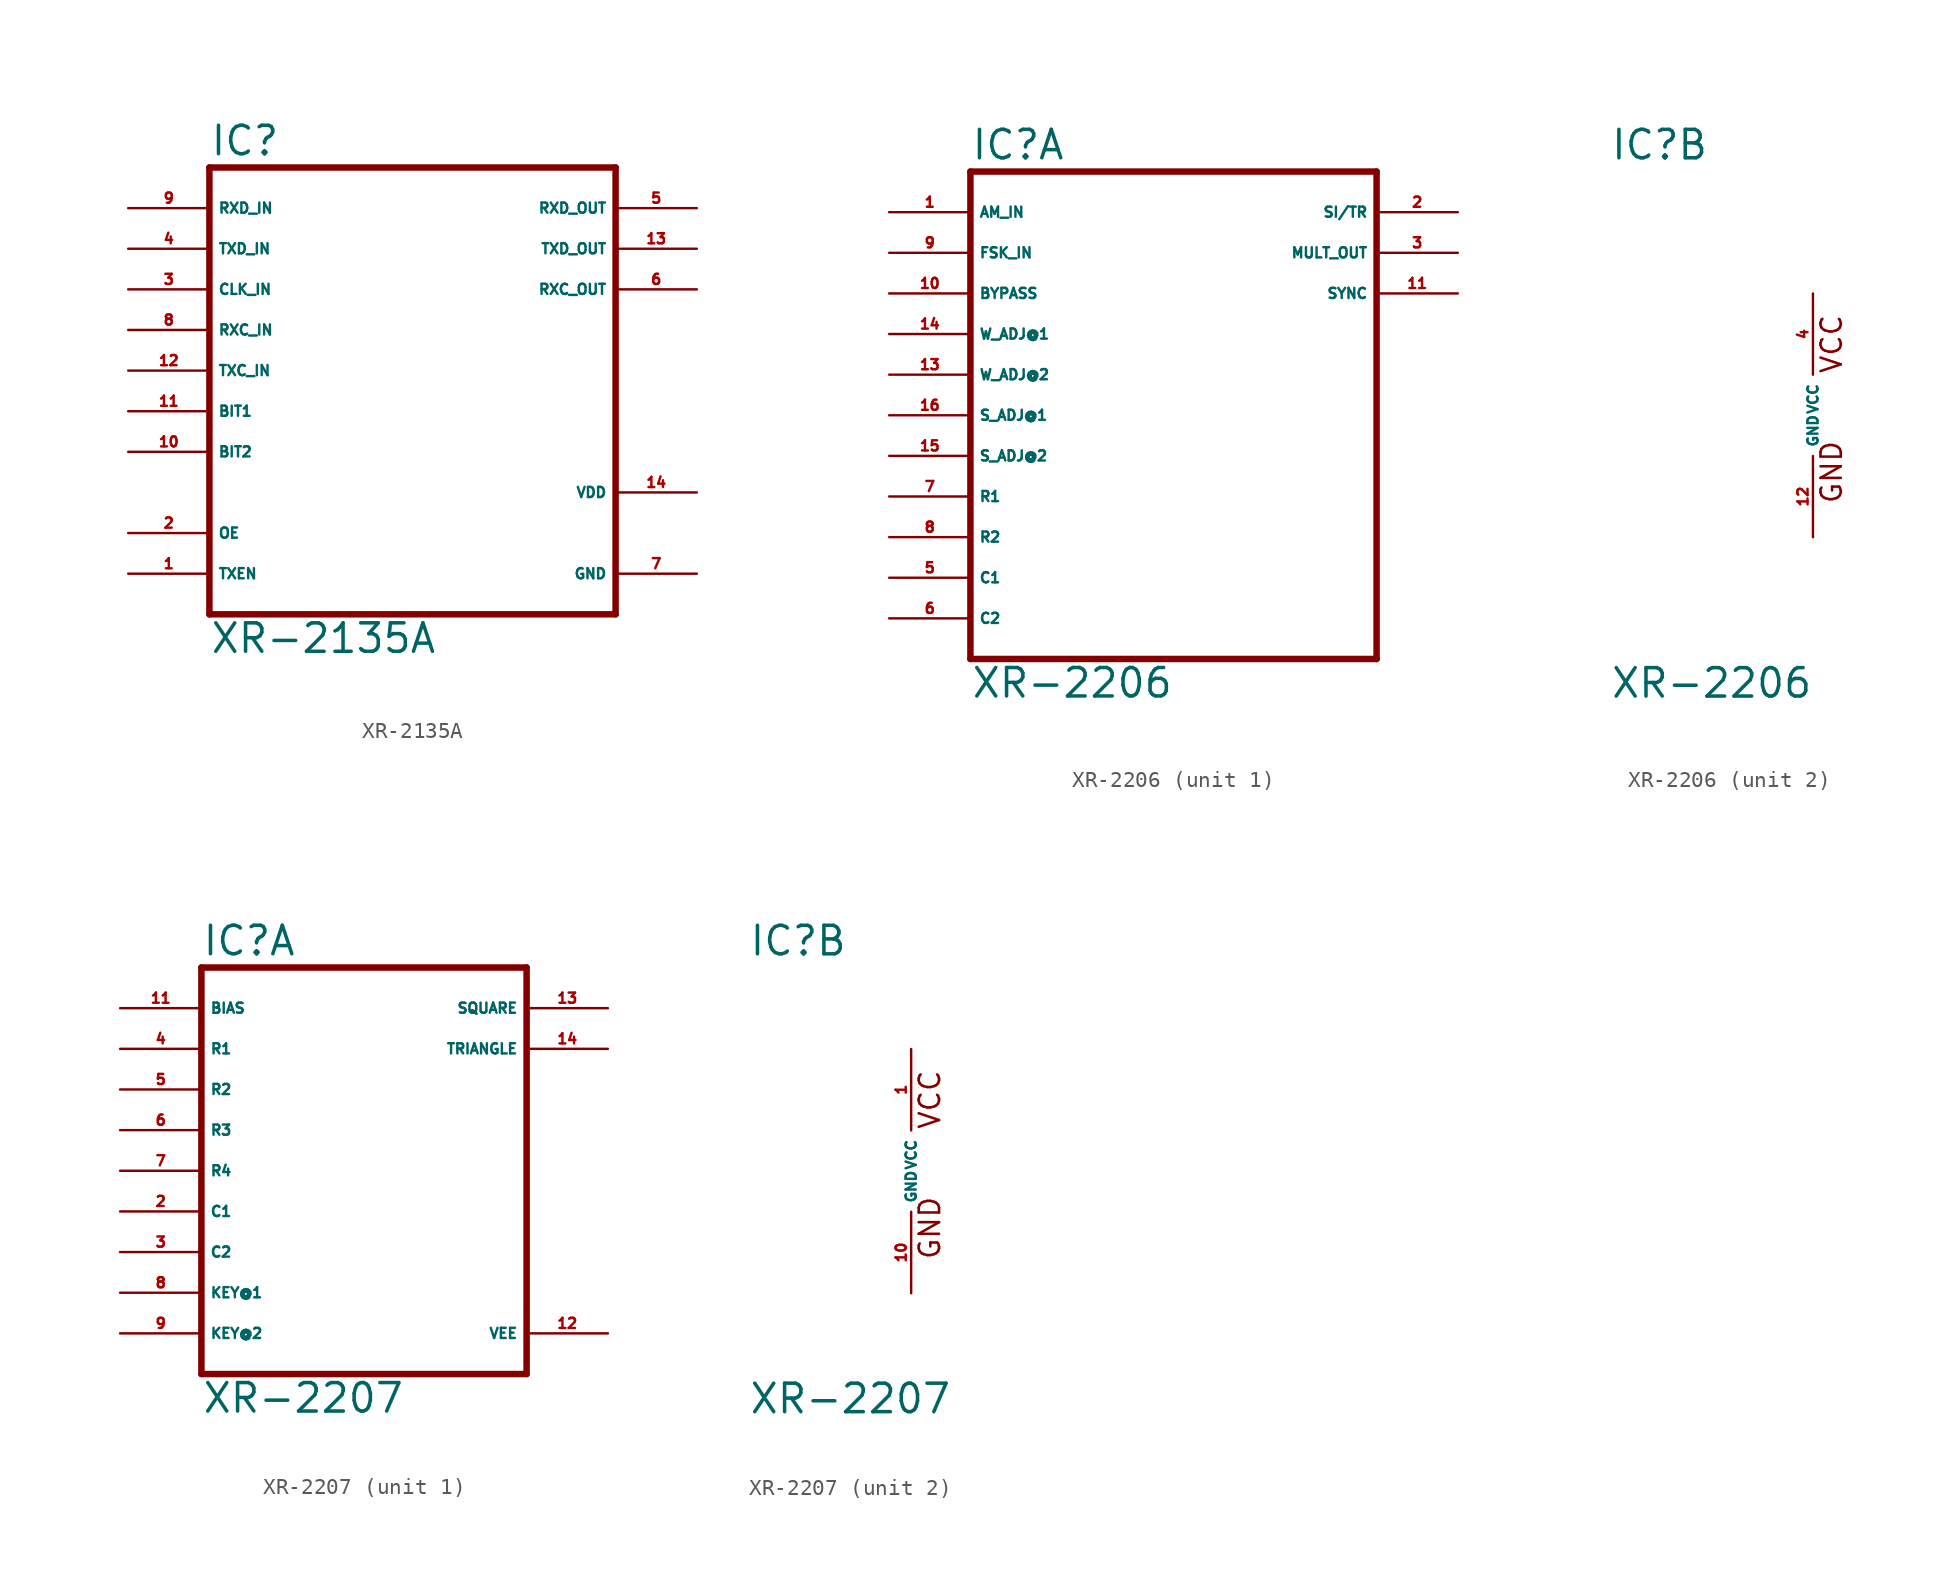
<source format=kicad_sym>
(kicad_symbol_lib
  (version 20220914)
  (generator Eagle2Kicad)
  (symbol "XR-2135A"
    (property "Reference" "IC"
      (at -12.7 15.875 0)
      (effects (font (size 1.778 1.778) (thickness 0.22)) (justify left bottom)))
    (property "Value" "XR-2135A"
      (at -12.7 -15.24 0)
      (effects (font (size 1.778 1.778) (thickness 0.22)) (justify left bottom)))
    (polyline
      (pts (xy -12.7 -12.7) (xy 12.7 -12.7))
      (stroke (width 0.406) (type default))
      (fill (type none)))
    (polyline
      (pts (xy 12.7 -12.7) (xy 12.7 15.24))
      (stroke (width 0.406) (type default))
      (fill (type none)))
    (polyline
      (pts (xy 12.7 15.24) (xy -12.7 15.24))
      (stroke (width 0.406) (type default))
      (fill (type none)))
    (polyline
      (pts (xy -12.7 15.24) (xy -12.7 -12.7))
      (stroke (width 0.406) (type default))
      (fill (type none)))
    (pin output line
      (at 17.78 12.7 180)
      (length 5.08)
      (name "RXD_OUT" (effects (font (size 0.635 0.635) (thickness 0.08)) (justify left bottom)))
      (number "5" (effects (font (size 0.635 0.635) (thickness 0.08)) (justify left bottom))))
    (pin output line
      (at 17.78 7.62 180)
      (length 5.08)
      (name "RXC_OUT" (effects (font (size 0.635 0.635) (thickness 0.08)) (justify left bottom)))
      (number "6" (effects (font (size 0.635 0.635) (thickness 0.08)) (justify left bottom))))
    (pin output line
      (at 17.78 10.16 180)
      (length 5.08)
      (name "TXD_OUT" (effects (font (size 0.635 0.635) (thickness 0.08)) (justify left bottom)))
      (number "13" (effects (font (size 0.635 0.635) (thickness 0.08)) (justify left bottom))))
    (pin input line
      (at -17.78 12.7 0)
      (length 5.08)
      (name "RXD_IN" (effects (font (size 0.635 0.635) (thickness 0.08)) (justify left bottom)))
      (number "9" (effects (font (size 0.635 0.635) (thickness 0.08)) (justify left bottom))))
    (pin input line
      (at -17.78 10.16 0)
      (length 5.08)
      (name "TXD_IN" (effects (font (size 0.635 0.635) (thickness 0.08)) (justify left bottom)))
      (number "4" (effects (font (size 0.635 0.635) (thickness 0.08)) (justify left bottom))))
    (pin input line
      (at -17.78 7.62 0)
      (length 5.08)
      (name "CLK_IN" (effects (font (size 0.635 0.635) (thickness 0.08)) (justify left bottom)))
      (number "3" (effects (font (size 0.635 0.635) (thickness 0.08)) (justify left bottom))))
    (pin input line
      (at -17.78 5.08 0)
      (length 5.08)
      (name "RXC_IN" (effects (font (size 0.635 0.635) (thickness 0.08)) (justify left bottom)))
      (number "8" (effects (font (size 0.635 0.635) (thickness 0.08)) (justify left bottom))))
    (pin input line
      (at -17.78 2.54 0)
      (length 5.08)
      (name "TXC_IN" (effects (font (size 0.635 0.635) (thickness 0.08)) (justify left bottom)))
      (number "12" (effects (font (size 0.635 0.635) (thickness 0.08)) (justify left bottom))))
    (pin input line
      (at -17.78 0 0)
      (length 5.08)
      (name "BIT1" (effects (font (size 0.635 0.635) (thickness 0.08)) (justify left bottom)))
      (number "11" (effects (font (size 0.635 0.635) (thickness 0.08)) (justify left bottom))))
    (pin input line
      (at -17.78 -2.54 0)
      (length 5.08)
      (name "BIT2" (effects (font (size 0.635 0.635) (thickness 0.08)) (justify left bottom)))
      (number "10" (effects (font (size 0.635 0.635) (thickness 0.08)) (justify left bottom))))
    (pin input line
      (at -17.78 -7.62 0)
      (length 5.08)
      (name "OE" (effects (font (size 0.635 0.635) (thickness 0.08)) (justify left bottom)))
      (number "2" (effects (font (size 0.635 0.635) (thickness 0.08)) (justify left bottom))))
    (pin input line
      (at -17.78 -10.16 0)
      (length 5.08)
      (name "TXEN" (effects (font (size 0.635 0.635) (thickness 0.08)) (justify left bottom)))
      (number "1" (effects (font (size 0.635 0.635) (thickness 0.08)) (justify left bottom))))
    (pin unspecified line
      (at 17.78 -5.08 180)
      (length 5.08)
      (name "VDD" (effects (font (size 0.635 0.635) (thickness 0.08)) (justify left bottom)))
      (number "14" (effects (font (size 0.635 0.635) (thickness 0.08)) (justify left bottom))))
    (pin unspecified line
      (at 17.78 -10.16 180)
      (length 5.08)
      (name "GND" (effects (font (size 0.635 0.635) (thickness 0.08)) (justify left bottom)))
      (number "7" (effects (font (size 0.635 0.635) (thickness 0.08)) (justify left bottom)))))
  (symbol "XR-2206"
    (property "Reference" "IC"
      (at -12.7 15.875 0)
      (effects (font (size 1.778 1.778) (thickness 0.22)) (justify left bottom)))
    (property "Value" "XR-2206"
      (at -12.7 -17.78 0)
      (effects (font (size 1.778 1.778) (thickness 0.22)) (justify left bottom)))
    (symbol "XR-2206_1_0"
      (polyline (pts (xy -12.7 15.24) (xy -12.7 -15.24)) (stroke (width 0.406) (type default)) (fill (type none)))
      (polyline (pts (xy -12.7 -15.24) (xy 12.7 -15.24)) (stroke (width 0.406) (type default)) (fill (type none)))
      (polyline (pts (xy 12.7 -15.24) (xy 12.7 15.24)) (stroke (width 0.406) (type default)) (fill (type none)))
      (polyline (pts (xy 12.7 15.24) (xy -12.7 15.24)) (stroke (width 0.406) (type default)) (fill (type none)))
      (pin input line (at -17.78 12.7 0) (length 5.08) (name "AM_IN" (effects (font (size 0.635 0.635) (thickness 0.08)) (justify left bottom))) (number "1" (effects (font (size 0.635 0.635) (thickness 0.08)) (justify left bottom))))
      (pin output line (at 17.78 12.7 180) (length 5.08) (name "SI/TR" (effects (font (size 0.635 0.635) (thickness 0.08)) (justify left bottom))) (number "2" (effects (font (size 0.635 0.635) (thickness 0.08)) (justify left bottom))))
      (pin output line (at 17.78 10.16 180) (length 5.08) (name "MULT_OUT" (effects (font (size 0.635 0.635) (thickness 0.08)) (justify left bottom))) (number "3" (effects (font (size 0.635 0.635) (thickness 0.08)) (justify left bottom))))
      (pin output line (at 17.78 7.62 180) (length 5.08) (name "SYNC" (effects (font (size 0.635 0.635) (thickness 0.08)) (justify left bottom))) (number "11" (effects (font (size 0.635 0.635) (thickness 0.08)) (justify left bottom))))
      (pin input line (at -17.78 7.62 0) (length 5.08) (name "BYPASS" (effects (font (size 0.635 0.635) (thickness 0.08)) (justify left bottom))) (number "10" (effects (font (size 0.635 0.635) (thickness 0.08)) (justify left bottom))))
      (pin input line (at -17.78 10.16 0) (length 5.08) (name "FSK_IN" (effects (font (size 0.635 0.635) (thickness 0.08)) (justify left bottom))) (number "9" (effects (font (size 0.635 0.635) (thickness 0.08)) (justify left bottom))))
      (pin input line (at -17.78 -10.16 0) (length 5.08) (name "C1" (effects (font (size 0.635 0.635) (thickness 0.08)) (justify left bottom))) (number "5" (effects (font (size 0.635 0.635) (thickness 0.08)) (justify left bottom))))
      (pin input line (at -17.78 -12.7 0) (length 5.08) (name "C2" (effects (font (size 0.635 0.635) (thickness 0.08)) (justify left bottom))) (number "6" (effects (font (size 0.635 0.635) (thickness 0.08)) (justify left bottom))))
      (pin input line (at -17.78 -5.08 0) (length 5.08) (name "R1" (effects (font (size 0.635 0.635) (thickness 0.08)) (justify left bottom))) (number "7" (effects (font (size 0.635 0.635) (thickness 0.08)) (justify left bottom))))
      (pin input line (at -17.78 -7.62 0) (length 5.08) (name "R2" (effects (font (size 0.635 0.635) (thickness 0.08)) (justify left bottom))) (number "8" (effects (font (size 0.635 0.635) (thickness 0.08)) (justify left bottom))))
      (pin input line (at -17.78 0 0) (length 5.08) (name "S_ADJ@1" (effects (font (size 0.635 0.635) (thickness 0.08)) (justify left bottom))) (number "16" (effects (font (size 0.635 0.635) (thickness 0.08)) (justify left bottom))))
      (pin input line (at -17.78 -2.54 0) (length 5.08) (name "S_ADJ@2" (effects (font (size 0.635 0.635) (thickness 0.08)) (justify left bottom))) (number "15" (effects (font (size 0.635 0.635) (thickness 0.08)) (justify left bottom))))
      (pin input line (at -17.78 5.08 0) (length 5.08) (name "W_ADJ@1" (effects (font (size 0.635 0.635) (thickness 0.08)) (justify left bottom))) (number "14" (effects (font (size 0.635 0.635) (thickness 0.08)) (justify left bottom))))
      (pin input line (at -17.78 2.54 0) (length 5.08) (name "W_ADJ@2" (effects (font (size 0.635 0.635) (thickness 0.08)) (justify left bottom))) (number "13" (effects (font (size 0.635 0.635) (thickness 0.08)) (justify left bottom)))))
    (symbol "XR-2206_2_0"
      (text "GND" (at 1.905 -5.588 900) (effects (font (size 1.27 1.27) (thickness 0.16)) (justify left bottom)))
      (text "VCC" (at 1.905 2.54 900) (effects (font (size 1.27 1.27) (thickness 0.16)) (justify left bottom)))
      (pin unspecified line (at 0 7.62 270) (length 5.08) (name "VCC" (effects (font (size 0.635 0.635) (thickness 0.08)) (justify left bottom))) (number "4" (effects (font (size 0.635 0.635) (thickness 0.08)) (justify left bottom))))
      (pin unspecified line (at 0 -7.62 90) (length 5.08) (name "GND" (effects (font (size 0.635 0.635) (thickness 0.08)) (justify left bottom))) (number "12" (effects (font (size 0.635 0.635) (thickness 0.08)) (justify left bottom))))))
  (symbol "XR-2207"
    (property "Reference" "IC"
      (at -10.16 13.335 0)
      (effects (font (size 1.778 1.778) (thickness 0.22)) (justify left bottom)))
    (property "Value" "XR-2207"
      (at -10.16 -15.24 0)
      (effects (font (size 1.778 1.778) (thickness 0.22)) (justify left bottom)))
    (symbol "XR-2207_1_0"
      (polyline (pts (xy -10.16 12.7) (xy -10.16 -12.7)) (stroke (width 0.406) (type default)) (fill (type none)))
      (polyline (pts (xy -10.16 -12.7) (xy 10.16 -12.7)) (stroke (width 0.406) (type default)) (fill (type none)))
      (polyline (pts (xy 10.16 -12.7) (xy 10.16 12.7)) (stroke (width 0.406) (type default)) (fill (type none)))
      (polyline (pts (xy 10.16 12.7) (xy -10.16 12.7)) (stroke (width 0.406) (type default)) (fill (type none)))
      (pin output line (at 15.24 10.16 180) (length 5.08) (name "SQUARE" (effects (font (size 0.635 0.635) (thickness 0.08)) (justify left bottom))) (number "13" (effects (font (size 0.635 0.635) (thickness 0.08)) (justify left bottom))))
      (pin output line (at 15.24 7.62 180) (length 5.08) (name "TRIANGLE" (effects (font (size 0.635 0.635) (thickness 0.08)) (justify left bottom))) (number "14" (effects (font (size 0.635 0.635) (thickness 0.08)) (justify left bottom))))
      (pin input line (at -15.24 10.16 0) (length 5.08) (name "BIAS" (effects (font (size 0.635 0.635) (thickness 0.08)) (justify left bottom))) (number "11" (effects (font (size 0.635 0.635) (thickness 0.08)) (justify left bottom))))
      (pin unspecified line (at 15.24 -10.16 180) (length 5.08) (name "VEE" (effects (font (size 0.635 0.635) (thickness 0.08)) (justify left bottom))) (number "12" (effects (font (size 0.635 0.635) (thickness 0.08)) (justify left bottom))))
      (pin input line (at -15.24 7.62 0) (length 5.08) (name "R1" (effects (font (size 0.635 0.635) (thickness 0.08)) (justify left bottom))) (number "4" (effects (font (size 0.635 0.635) (thickness 0.08)) (justify left bottom))))
      (pin input line (at -15.24 5.08 0) (length 5.08) (name "R2" (effects (font (size 0.635 0.635) (thickness 0.08)) (justify left bottom))) (number "5" (effects (font (size 0.635 0.635) (thickness 0.08)) (justify left bottom))))
      (pin input line (at -15.24 2.54 0) (length 5.08) (name "R3" (effects (font (size 0.635 0.635) (thickness 0.08)) (justify left bottom))) (number "6" (effects (font (size 0.635 0.635) (thickness 0.08)) (justify left bottom))))
      (pin input line (at -15.24 0 0) (length 5.08) (name "R4" (effects (font (size 0.635 0.635) (thickness 0.08)) (justify left bottom))) (number "7" (effects (font (size 0.635 0.635) (thickness 0.08)) (justify left bottom))))
      (pin input line (at -15.24 -2.54 0) (length 5.08) (name "C1" (effects (font (size 0.635 0.635) (thickness 0.08)) (justify left bottom))) (number "2" (effects (font (size 0.635 0.635) (thickness 0.08)) (justify left bottom))))
      (pin input line (at -15.24 -5.08 0) (length 5.08) (name "C2" (effects (font (size 0.635 0.635) (thickness 0.08)) (justify left bottom))) (number "3" (effects (font (size 0.635 0.635) (thickness 0.08)) (justify left bottom))))
      (pin input line (at -15.24 -10.16 0) (length 5.08) (name "KEY@2" (effects (font (size 0.635 0.635) (thickness 0.08)) (justify left bottom))) (number "9" (effects (font (size 0.635 0.635) (thickness 0.08)) (justify left bottom))))
      (pin input line (at -15.24 -7.62 0) (length 5.08) (name "KEY@1" (effects (font (size 0.635 0.635) (thickness 0.08)) (justify left bottom))) (number "8" (effects (font (size 0.635 0.635) (thickness 0.08)) (justify left bottom)))))
    (symbol "XR-2207_2_0"
      (text "GND" (at 1.905 -5.588 900) (effects (font (size 1.27 1.27) (thickness 0.16)) (justify left bottom)))
      (text "VCC" (at 1.905 2.54 900) (effects (font (size 1.27 1.27) (thickness 0.16)) (justify left bottom)))
      (pin unspecified line (at 0 7.62 270) (length 5.08) (name "VCC" (effects (font (size 0.635 0.635) (thickness 0.08)) (justify left bottom))) (number "1" (effects (font (size 0.635 0.635) (thickness 0.08)) (justify left bottom))))
      (pin unspecified line (at 0 -7.62 90) (length 5.08) (name "GND" (effects (font (size 0.635 0.635) (thickness 0.08)) (justify left bottom))) (number "10" (effects (font (size 0.635 0.635) (thickness 0.08)) (justify left bottom)))))))
</source>
